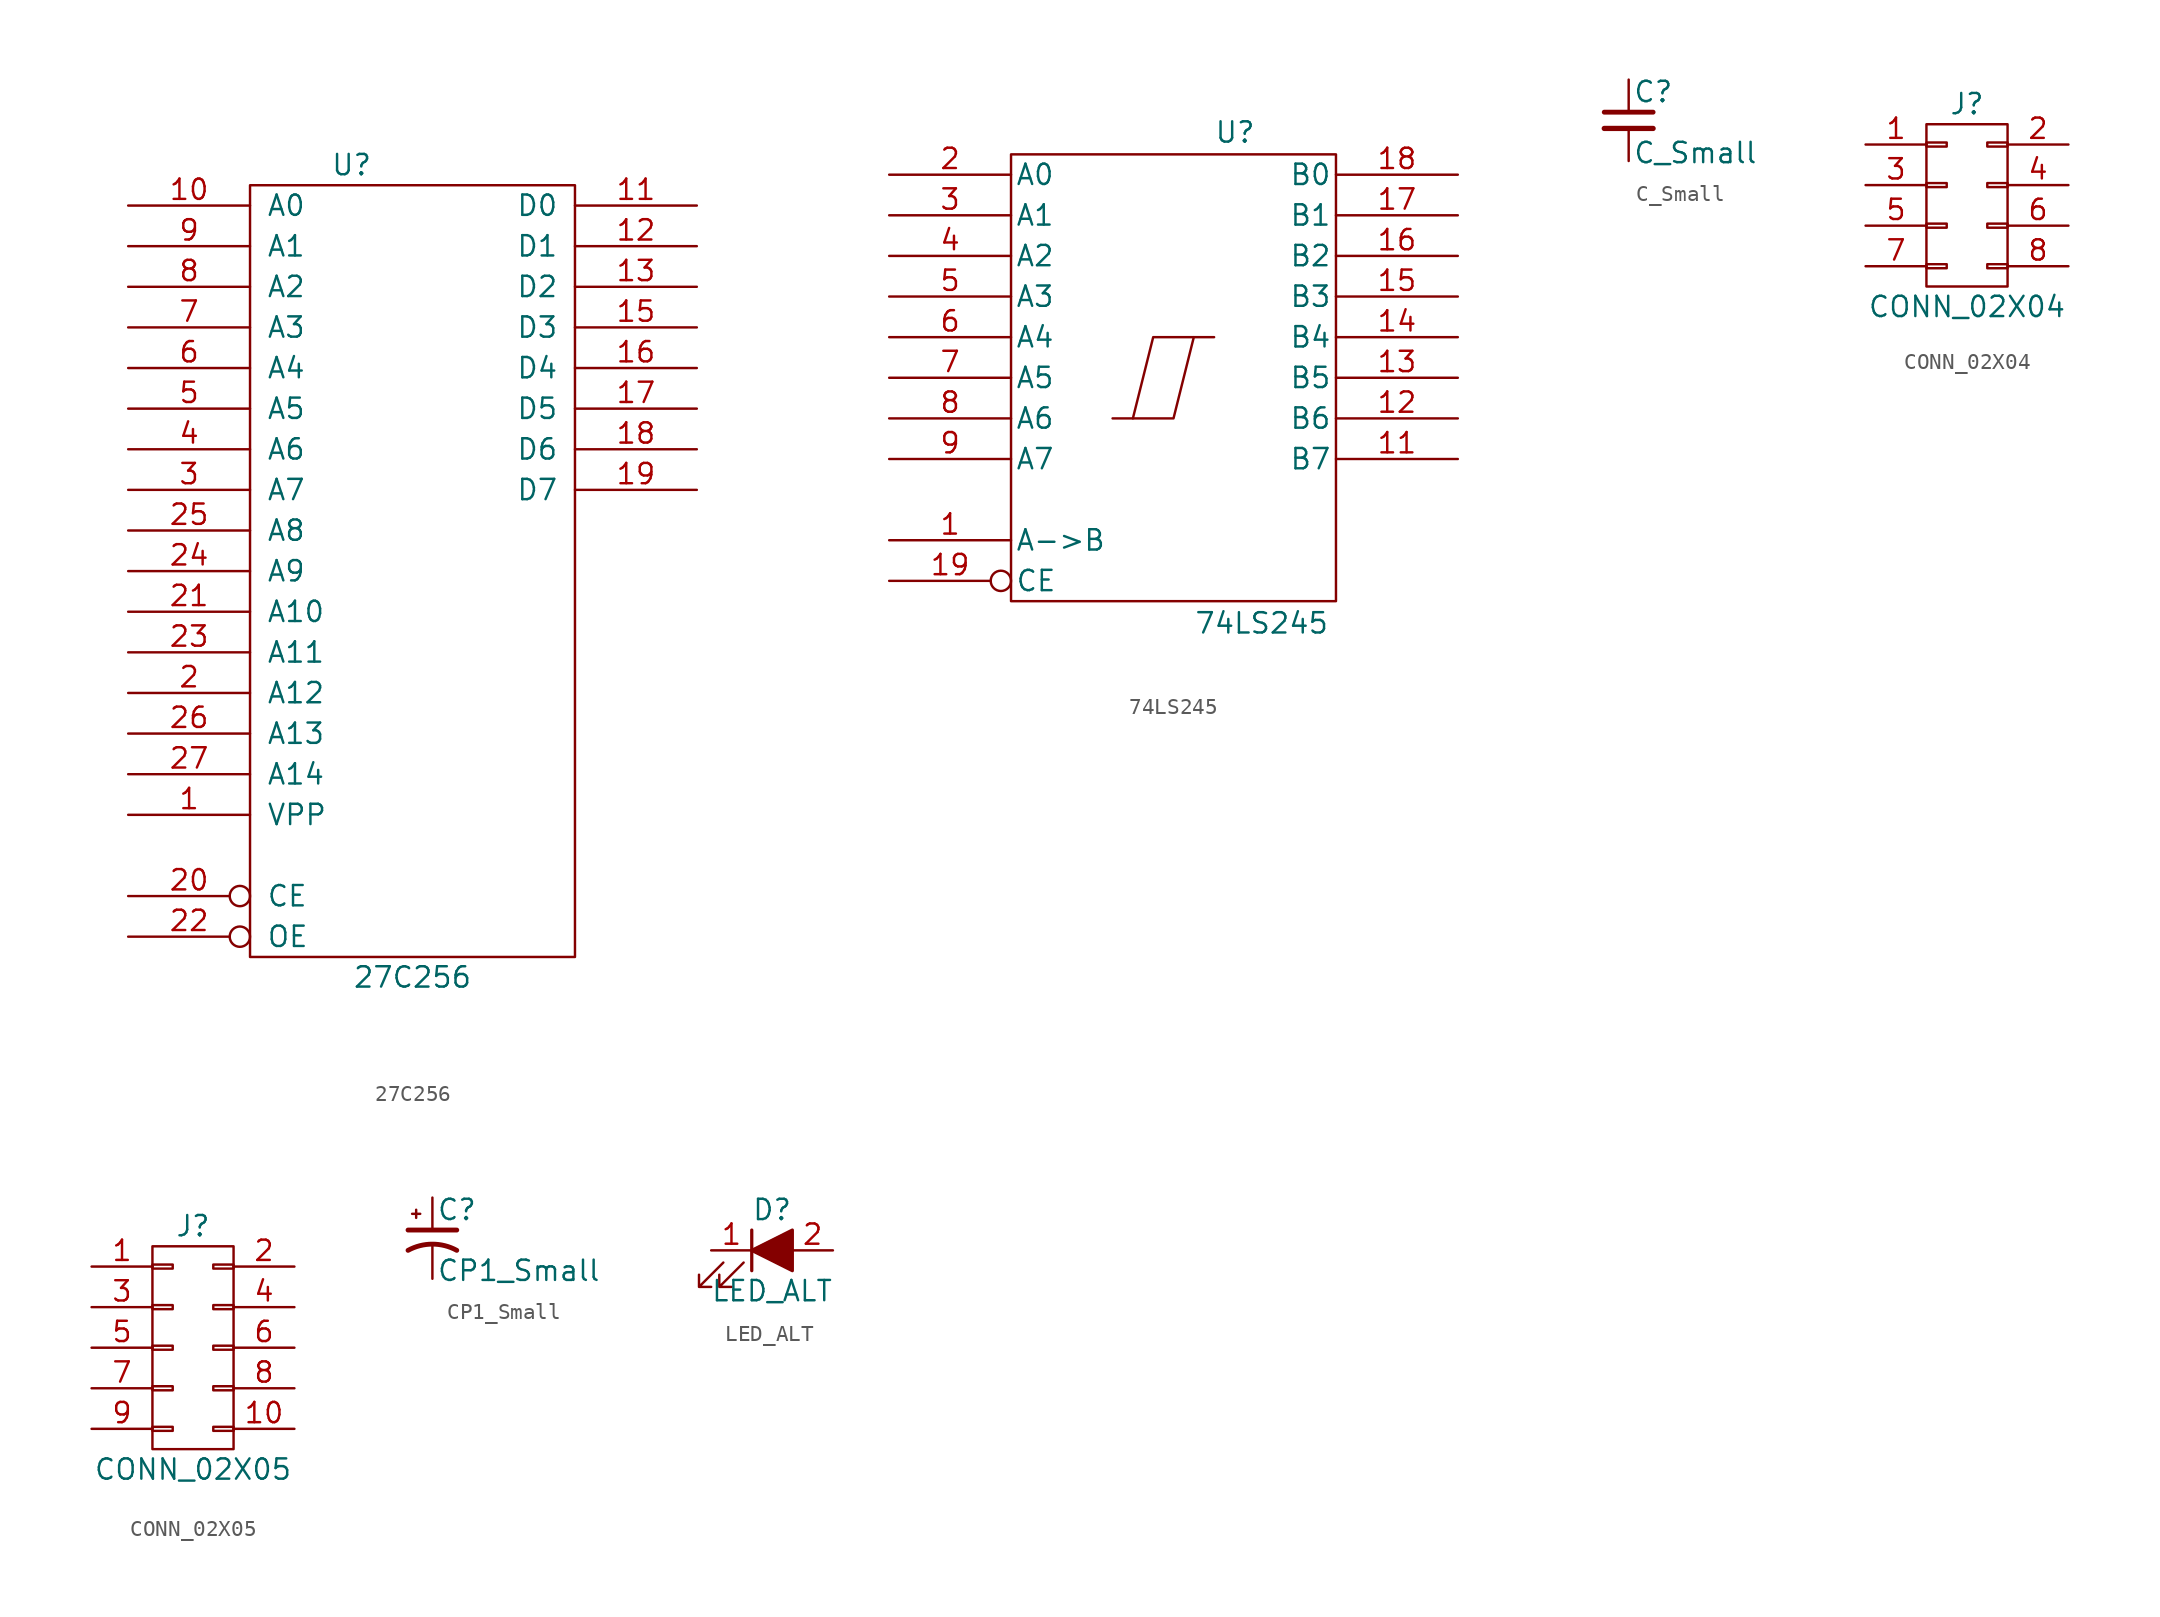
<source format=kicad_sym>
(kicad_symbol_lib
  (version 20231120)
  (generator "kicad_symbol_editor")
  (generator_version "8.0")
  (symbol "27C256"
    (pin_names
      (offset 1.016))
    (property "Reference" "U"
      (at -3.81 25.4 0)
      (effects (font (size 1.27 1.27))))
    (property "Value" "27C256"
      (at 0 -25.4 0)
      (effects (font (size 1.27 1.27))))
    (symbol "27C256_0_0"
      (pin power_in line (at 0 -25.4 90) (length 1.27) hide (name "GND" (effects (font (size 1.27 1.27)))) (number "14" (effects (font (size 1.27 1.27)))))
      (pin power_in line (at 0 25.4 270) (length 1.27) hide (name "VCC" (effects (font (size 1.27 1.27)))) (number "28" (effects (font (size 1.27 1.27))))))
    (symbol "27C256_0_1"
      (rectangle (start -10.16 24.13) (end 10.16 -24.13) (stroke (width 0) (type solid)) (fill (type none))))
    (symbol "27C256_1_1"
      (pin input line (at -17.78 -15.24 0) (length 7.62) (name "VPP" (effects (font (size 1.27 1.27)))) (number "1" (effects (font (size 1.27 1.27)))))
      (pin input line (at -17.78 22.86 0) (length 7.62) (name "A0" (effects (font (size 1.27 1.27)))) (number "10" (effects (font (size 1.27 1.27)))))
      (pin tri_state line (at 17.78 22.86 180) (length 7.62) (name "D0" (effects (font (size 1.27 1.27)))) (number "11" (effects (font (size 1.27 1.27)))))
      (pin tri_state line (at 17.78 20.32 180) (length 7.62) (name "D1" (effects (font (size 1.27 1.27)))) (number "12" (effects (font (size 1.27 1.27)))))
      (pin tri_state line (at 17.78 17.78 180) (length 7.62) (name "D2" (effects (font (size 1.27 1.27)))) (number "13" (effects (font (size 1.27 1.27)))))
      (pin tri_state line (at 17.78 15.24 180) (length 7.62) (name "D3" (effects (font (size 1.27 1.27)))) (number "15" (effects (font (size 1.27 1.27)))))
      (pin tri_state line (at 17.78 12.7 180) (length 7.62) (name "D4" (effects (font (size 1.27 1.27)))) (number "16" (effects (font (size 1.27 1.27)))))
      (pin tri_state line (at 17.78 10.16 180) (length 7.62) (name "D5" (effects (font (size 1.27 1.27)))) (number "17" (effects (font (size 1.27 1.27)))))
      (pin tri_state line (at 17.78 7.62 180) (length 7.62) (name "D6" (effects (font (size 1.27 1.27)))) (number "18" (effects (font (size 1.27 1.27)))))
      (pin tri_state line (at 17.78 5.08 180) (length 7.62) (name "D7" (effects (font (size 1.27 1.27)))) (number "19" (effects (font (size 1.27 1.27)))))
      (pin input line (at -17.78 -7.62 0) (length 7.62) (name "A12" (effects (font (size 1.27 1.27)))) (number "2" (effects (font (size 1.27 1.27)))))
      (pin input inverted (at -17.78 -20.32 0) (length 7.62) (name "CE" (effects (font (size 1.27 1.27)))) (number "20" (effects (font (size 1.27 1.27)))))
      (pin input line (at -17.78 -2.54 0) (length 7.62) (name "A10" (effects (font (size 1.27 1.27)))) (number "21" (effects (font (size 1.27 1.27)))))
      (pin input inverted (at -17.78 -22.86 0) (length 7.62) (name "OE" (effects (font (size 1.27 1.27)))) (number "22" (effects (font (size 1.27 1.27)))))
      (pin input line (at -17.78 -5.08 0) (length 7.62) (name "A11" (effects (font (size 1.27 1.27)))) (number "23" (effects (font (size 1.27 1.27)))))
      (pin input line (at -17.78 0 0) (length 7.62) (name "A9" (effects (font (size 1.27 1.27)))) (number "24" (effects (font (size 1.27 1.27)))))
      (pin input line (at -17.78 2.54 0) (length 7.62) (name "A8" (effects (font (size 1.27 1.27)))) (number "25" (effects (font (size 1.27 1.27)))))
      (pin input line (at -17.78 -10.16 0) (length 7.62) (name "A13" (effects (font (size 1.27 1.27)))) (number "26" (effects (font (size 1.27 1.27)))))
      (pin input line (at -17.78 -12.7 0) (length 7.62) (name "A14" (effects (font (size 1.27 1.27)))) (number "27" (effects (font (size 1.27 1.27)))))
      (pin input line (at -17.78 5.08 0) (length 7.62) (name "A7" (effects (font (size 1.27 1.27)))) (number "3" (effects (font (size 1.27 1.27)))))
      (pin input line (at -17.78 7.62 0) (length 7.62) (name "A6" (effects (font (size 1.27 1.27)))) (number "4" (effects (font (size 1.27 1.27)))))
      (pin input line (at -17.78 10.16 0) (length 7.62) (name "A5" (effects (font (size 1.27 1.27)))) (number "5" (effects (font (size 1.27 1.27)))))
      (pin input line (at -17.78 12.7 0) (length 7.62) (name "A4" (effects (font (size 1.27 1.27)))) (number "6" (effects (font (size 1.27 1.27)))))
      (pin input line (at -17.78 15.24 0) (length 7.62) (name "A3" (effects (font (size 1.27 1.27)))) (number "7" (effects (font (size 1.27 1.27)))))
      (pin input line (at -17.78 17.78 0) (length 7.62) (name "A2" (effects (font (size 1.27 1.27)))) (number "8" (effects (font (size 1.27 1.27)))))
      (pin input line (at -17.78 20.32 0) (length 7.62) (name "A1" (effects (font (size 1.27 1.27)))) (number "9" (effects (font (size 1.27 1.27)))))))
  (symbol "74LS245"
    (pin_names
      (offset 0.254))
    (property "Reference" "U"
      (at 2.54 14.605 0)
      (effects (font (size 1.27 1.27)) (justify left bottom)))
    (property "Value" "74LS245"
      (at 1.27 -14.605 0)
      (effects (font (size 1.27 1.27)) (justify left top)))
    (symbol "74LS245_0_0"
      (pin power_in line (at 0 -13.97 90) (length 0) hide (name "GND" (effects (font (size 1.27 1.27)))) (number "10" (effects (font (size 1.27 1.27)))))
      (pin power_in line (at 0 13.97 270) (length 0) hide (name "VCC" (effects (font (size 1.27 1.27)))) (number "20" (effects (font (size 1.27 1.27))))))
    (symbol "74LS245_0_1"
      (rectangle (start -10.16 13.97) (end 10.16 -13.97) (stroke (width 0) (type solid)) (fill (type none)))
      (polyline (pts (xy 1.27 2.54) (xy 0 -2.54) (xy -2.54 -2.54)) (stroke (width 0) (type solid)) (fill (type none)))
      (polyline (pts (xy 2.54 2.54) (xy -1.27 2.54) (xy -2.54 -2.54) (xy -3.81 -2.54)) (stroke (width 0) (type solid)) (fill (type none))))
    (symbol "74LS245_1_1"
      (pin input line (at -17.78 -10.16 0) (length 7.62) (name "A->B" (effects (font (size 1.27 1.27)))) (number "1" (effects (font (size 1.27 1.27)))))
      (pin tri_state line (at 17.78 -5.08 180) (length 7.62) (name "B7" (effects (font (size 1.27 1.27)))) (number "11" (effects (font (size 1.27 1.27)))))
      (pin tri_state line (at 17.78 -2.54 180) (length 7.62) (name "B6" (effects (font (size 1.27 1.27)))) (number "12" (effects (font (size 1.27 1.27)))))
      (pin tri_state line (at 17.78 0 180) (length 7.62) (name "B5" (effects (font (size 1.27 1.27)))) (number "13" (effects (font (size 1.27 1.27)))))
      (pin tri_state line (at 17.78 2.54 180) (length 7.62) (name "B4" (effects (font (size 1.27 1.27)))) (number "14" (effects (font (size 1.27 1.27)))))
      (pin tri_state line (at 17.78 5.08 180) (length 7.62) (name "B3" (effects (font (size 1.27 1.27)))) (number "15" (effects (font (size 1.27 1.27)))))
      (pin tri_state line (at 17.78 7.62 180) (length 7.62) (name "B2" (effects (font (size 1.27 1.27)))) (number "16" (effects (font (size 1.27 1.27)))))
      (pin tri_state line (at 17.78 10.16 180) (length 7.62) (name "B1" (effects (font (size 1.27 1.27)))) (number "17" (effects (font (size 1.27 1.27)))))
      (pin tri_state line (at 17.78 12.7 180) (length 7.62) (name "B0" (effects (font (size 1.27 1.27)))) (number "18" (effects (font (size 1.27 1.27)))))
      (pin input inverted (at -17.78 -12.7 0) (length 7.62) (name "CE" (effects (font (size 1.27 1.27)))) (number "19" (effects (font (size 1.27 1.27)))))
      (pin tri_state line (at -17.78 12.7 0) (length 7.62) (name "A0" (effects (font (size 1.27 1.27)))) (number "2" (effects (font (size 1.27 1.27)))))
      (pin tri_state line (at -17.78 10.16 0) (length 7.62) (name "A1" (effects (font (size 1.27 1.27)))) (number "3" (effects (font (size 1.27 1.27)))))
      (pin tri_state line (at -17.78 7.62 0) (length 7.62) (name "A2" (effects (font (size 1.27 1.27)))) (number "4" (effects (font (size 1.27 1.27)))))
      (pin tri_state line (at -17.78 5.08 0) (length 7.62) (name "A3" (effects (font (size 1.27 1.27)))) (number "5" (effects (font (size 1.27 1.27)))))
      (pin tri_state line (at -17.78 2.54 0) (length 7.62) (name "A4" (effects (font (size 1.27 1.27)))) (number "6" (effects (font (size 1.27 1.27)))))
      (pin tri_state line (at -17.78 0 0) (length 7.62) (name "A5" (effects (font (size 1.27 1.27)))) (number "7" (effects (font (size 1.27 1.27)))))
      (pin tri_state line (at -17.78 -2.54 0) (length 7.62) (name "A6" (effects (font (size 1.27 1.27)))) (number "8" (effects (font (size 1.27 1.27)))))
      (pin tri_state line (at -17.78 -5.08 0) (length 7.62) (name "A7" (effects (font (size 1.27 1.27)))) (number "9" (effects (font (size 1.27 1.27)))))))
  (symbol "C_Small"
    (pin_numbers hide)
    (pin_names
      (offset 0.254) hide)
    (property "Reference" "C"
      (at 0.254 1.778 0)
      (effects (font (size 1.27 1.27)) (justify left)))
    (property "Value" "C_Small"
      (at 0.254 -2.032 0)
      (effects (font (size 1.27 1.27)) (justify left)))
    (symbol "C_Small_0_1"
      (polyline (pts (xy -1.524 -0.508) (xy 1.524 -0.508)) (stroke (width 0.33) (type solid)) (fill (type none)))
      (polyline (pts (xy -1.524 0.508) (xy 1.524 0.508)) (stroke (width 0.305) (type solid)) (fill (type none))))
    (symbol "C_Small_1_1"
      (pin passive line (at 0 2.54 270) (length 2.032) (name "~" (effects (font (size 1.27 1.27)))) (number "1" (effects (font (size 1.27 1.27)))))
      (pin passive line (at 0 -2.54 90) (length 2.032) (name "~" (effects (font (size 1.27 1.27)))) (number "2" (effects (font (size 1.27 1.27)))))))
  (symbol "CONN_02X04"
    (pin_names
      (offset 0.025) hide)
    (property "Reference" "J"
      (at 0 6.35 0)
      (effects (font (size 1.27 1.27))))
    (property "Value" "CONN_02X04"
      (at 0 -6.35 0)
      (effects (font (size 1.27 1.27))))
    (symbol "CONN_02X04_0_1"
      (rectangle (start -2.54 -3.683) (end -1.27 -3.937) (stroke (width 0) (type solid)) (fill (type none)))
      (rectangle (start -2.54 -1.143) (end -1.27 -1.397) (stroke (width 0) (type solid)) (fill (type none)))
      (rectangle (start -2.54 1.397) (end -1.27 1.143) (stroke (width 0) (type solid)) (fill (type none)))
      (rectangle (start -2.54 3.937) (end -1.27 3.683) (stroke (width 0) (type solid)) (fill (type none)))
      (rectangle (start -2.54 5.08) (end 2.54 -5.08) (stroke (width 0) (type solid)) (fill (type none)))
      (rectangle (start 1.27 -3.683) (end 2.54 -3.937) (stroke (width 0) (type solid)) (fill (type none)))
      (rectangle (start 1.27 -1.143) (end 2.54 -1.397) (stroke (width 0) (type solid)) (fill (type none)))
      (rectangle (start 1.27 1.397) (end 2.54 1.143) (stroke (width 0) (type solid)) (fill (type none)))
      (rectangle (start 1.27 3.937) (end 2.54 3.683) (stroke (width 0) (type solid)) (fill (type none))))
    (symbol "CONN_02X04_1_1"
      (pin passive line (at -6.35 3.81 0) (length 3.81) (name "P1" (effects (font (size 1.27 1.27)))) (number "1" (effects (font (size 1.27 1.27)))))
      (pin passive line (at 6.35 3.81 180) (length 3.81) (name "P2" (effects (font (size 1.27 1.27)))) (number "2" (effects (font (size 1.27 1.27)))))
      (pin passive line (at -6.35 1.27 0) (length 3.81) (name "P3" (effects (font (size 1.27 1.27)))) (number "3" (effects (font (size 1.27 1.27)))))
      (pin passive line (at 6.35 1.27 180) (length 3.81) (name "P4" (effects (font (size 1.27 1.27)))) (number "4" (effects (font (size 1.27 1.27)))))
      (pin passive line (at -6.35 -1.27 0) (length 3.81) (name "P5" (effects (font (size 1.27 1.27)))) (number "5" (effects (font (size 1.27 1.27)))))
      (pin passive line (at 6.35 -1.27 180) (length 3.81) (name "P6" (effects (font (size 1.27 1.27)))) (number "6" (effects (font (size 1.27 1.27)))))
      (pin passive line (at -6.35 -3.81 0) (length 3.81) (name "P7" (effects (font (size 1.27 1.27)))) (number "7" (effects (font (size 1.27 1.27)))))
      (pin passive line (at 6.35 -3.81 180) (length 3.81) (name "P8" (effects (font (size 1.27 1.27)))) (number "8" (effects (font (size 1.27 1.27)))))))
  (symbol "CONN_02X05"
    (pin_names
      (offset 0.025) hide)
    (property "Reference" "J"
      (at 0 7.62 0)
      (effects (font (size 1.27 1.27))))
    (property "Value" "CONN_02X05"
      (at 0 -7.62 0)
      (effects (font (size 1.27 1.27))))
    (symbol "CONN_02X05_0_1"
      (rectangle (start -2.54 -4.953) (end -1.27 -5.207) (stroke (width 0) (type solid)) (fill (type none)))
      (rectangle (start -2.54 -2.413) (end -1.27 -2.667) (stroke (width 0) (type solid)) (fill (type none)))
      (rectangle (start -2.54 0.127) (end -1.27 -0.127) (stroke (width 0) (type solid)) (fill (type none)))
      (rectangle (start -2.54 2.667) (end -1.27 2.413) (stroke (width 0) (type solid)) (fill (type none)))
      (rectangle (start -2.54 5.207) (end -1.27 4.953) (stroke (width 0) (type solid)) (fill (type none)))
      (rectangle (start -2.54 6.35) (end 2.54 -6.35) (stroke (width 0) (type solid)) (fill (type none)))
      (rectangle (start 1.27 -4.953) (end 2.54 -5.207) (stroke (width 0) (type solid)) (fill (type none)))
      (rectangle (start 1.27 -2.413) (end 2.54 -2.667) (stroke (width 0) (type solid)) (fill (type none)))
      (rectangle (start 1.27 0.127) (end 2.54 -0.127) (stroke (width 0) (type solid)) (fill (type none)))
      (rectangle (start 1.27 2.667) (end 2.54 2.413) (stroke (width 0) (type solid)) (fill (type none)))
      (rectangle (start 1.27 5.207) (end 2.54 4.953) (stroke (width 0) (type solid)) (fill (type none))))
    (symbol "CONN_02X05_1_1"
      (pin passive line (at -6.35 5.08 0) (length 3.81) (name "P1" (effects (font (size 1.27 1.27)))) (number "1" (effects (font (size 1.27 1.27)))))
      (pin passive line (at 6.35 -5.08 180) (length 3.81) (name "P10" (effects (font (size 1.27 1.27)))) (number "10" (effects (font (size 1.27 1.27)))))
      (pin passive line (at 6.35 5.08 180) (length 3.81) (name "P2" (effects (font (size 1.27 1.27)))) (number "2" (effects (font (size 1.27 1.27)))))
      (pin passive line (at -6.35 2.54 0) (length 3.81) (name "P3" (effects (font (size 1.27 1.27)))) (number "3" (effects (font (size 1.27 1.27)))))
      (pin passive line (at 6.35 2.54 180) (length 3.81) (name "P4" (effects (font (size 1.27 1.27)))) (number "4" (effects (font (size 1.27 1.27)))))
      (pin passive line (at -6.35 0 0) (length 3.81) (name "P5" (effects (font (size 1.27 1.27)))) (number "5" (effects (font (size 1.27 1.27)))))
      (pin passive line (at 6.35 0 180) (length 3.81) (name "P6" (effects (font (size 1.27 1.27)))) (number "6" (effects (font (size 1.27 1.27)))))
      (pin passive line (at -6.35 -2.54 0) (length 3.81) (name "P7" (effects (font (size 1.27 1.27)))) (number "7" (effects (font (size 1.27 1.27)))))
      (pin passive line (at 6.35 -2.54 180) (length 3.81) (name "P8" (effects (font (size 1.27 1.27)))) (number "8" (effects (font (size 1.27 1.27)))))
      (pin passive line (at -6.35 -5.08 0) (length 3.81) (name "P9" (effects (font (size 1.27 1.27)))) (number "9" (effects (font (size 1.27 1.27)))))))
  (symbol "CP1_Small"
    (pin_numbers hide)
    (pin_names
      (offset 0.254) hide)
    (property "Reference" "C"
      (at 0.254 1.778 0)
      (effects (font (size 1.27 1.27)) (justify left)))
    (property "Value" "CP1_Small"
      (at 0.254 -2.032 0)
      (effects (font (size 1.27 1.27)) (justify left)))
    (symbol "CP1_Small_0_1"
      (polyline (pts (xy -1.524 0.508) (xy 1.524 0.508)) (stroke (width 0.305) (type solid)) (fill (type none)))
      (polyline (pts (xy -1.27 1.524) (xy -0.762 1.524)) (stroke (width 0) (type solid)) (fill (type none)))
      (polyline (pts (xy -1.016 1.27) (xy -1.016 1.778)) (stroke (width 0) (type solid)) (fill (type none)))
      (arc (start 1.524 -0.762) (mid 0 -0.3734) (end -1.524 -0.762) (stroke (width 0.3048) (type solid)) (fill (type none))))
    (symbol "CP1_Small_1_1"
      (pin passive line (at 0 2.54 270) (length 2.032) (name "~" (effects (font (size 1.27 1.27)))) (number "1" (effects (font (size 1.27 1.27)))))
      (pin passive line (at 0 -2.54 90) (length 2.032) (name "~" (effects (font (size 1.27 1.27)))) (number "2" (effects (font (size 1.27 1.27)))))))
  (symbol "LED_ALT"
    (pin_names
      (offset 1.016) hide)
    (property "Reference" "D"
      (at 0 2.54 0)
      (effects (font (size 1.27 1.27))))
    (property "Value" "LED_ALT"
      (at 0 -2.54 0)
      (effects (font (size 1.27 1.27))))
    (symbol "LED_ALT_0_1"
      (polyline (pts (xy -1.27 -1.27) (xy -1.27 1.27)) (stroke (width 0.203) (type solid)) (fill (type none)))
      (polyline (pts (xy -1.27 0) (xy 1.27 0)) (stroke (width 0) (type solid)) (fill (type none)))
      (polyline (pts (xy 1.27 -1.27) (xy 1.27 1.27) (xy -1.27 0) (xy 1.27 -1.27)) (stroke (width 0.203) (type solid)) (fill (type outline)))
      (polyline (pts (xy -3.048 -0.762) (xy -4.572 -2.286) (xy -3.81 -2.286) (xy -4.572 -2.286) (xy -4.572 -1.524)) (stroke (width 0) (type solid)) (fill (type none)))
      (polyline (pts (xy -1.778 -0.762) (xy -3.302 -2.286) (xy -2.54 -2.286) (xy -3.302 -2.286) (xy -3.302 -1.524)) (stroke (width 0) (type solid)) (fill (type none))))
    (symbol "LED_ALT_1_1"
      (pin passive line (at -3.81 0 0) (length 2.54) (name "K" (effects (font (size 1.27 1.27)))) (number "1" (effects (font (size 1.27 1.27)))))
      (pin passive line (at 3.81 0 180) (length 2.54) (name "A" (effects (font (size 1.27 1.27)))) (number "2" (effects (font (size 1.27 1.27))))))))
</source>
